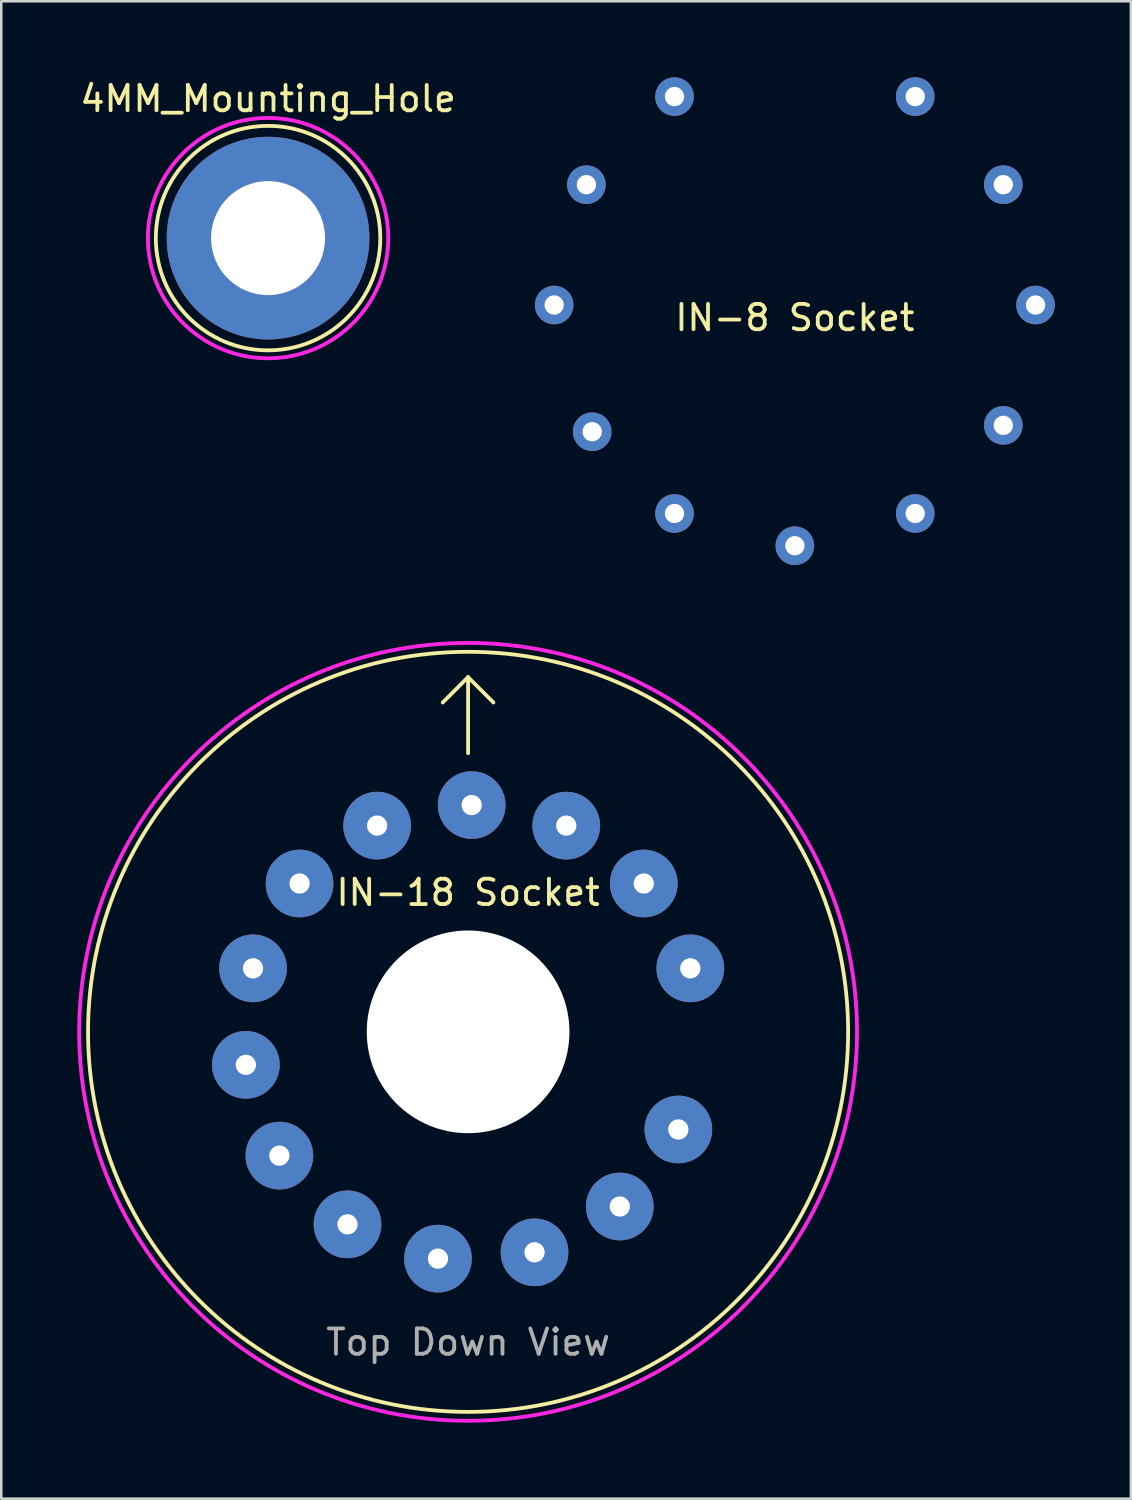
<source format=kicad_pcb>
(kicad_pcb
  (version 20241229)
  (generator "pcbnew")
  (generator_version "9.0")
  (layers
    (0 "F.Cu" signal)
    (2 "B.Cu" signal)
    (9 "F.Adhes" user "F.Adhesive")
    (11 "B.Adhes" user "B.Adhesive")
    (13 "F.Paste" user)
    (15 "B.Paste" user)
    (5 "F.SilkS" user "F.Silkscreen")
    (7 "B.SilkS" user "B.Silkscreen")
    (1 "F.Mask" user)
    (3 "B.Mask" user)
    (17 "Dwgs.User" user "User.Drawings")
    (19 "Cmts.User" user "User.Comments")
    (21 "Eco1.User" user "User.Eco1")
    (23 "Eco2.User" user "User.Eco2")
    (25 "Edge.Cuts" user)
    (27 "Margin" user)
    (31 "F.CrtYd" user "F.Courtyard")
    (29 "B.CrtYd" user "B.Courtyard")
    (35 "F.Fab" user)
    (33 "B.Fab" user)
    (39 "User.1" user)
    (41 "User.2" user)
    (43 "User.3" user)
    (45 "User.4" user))
  (footprint "IN-18 Socket"
    (layer "F.Cu")
    (at 15.425 37.676)
    (property "Reference" "IN-18 Socket" (at 0 -5.5 0) (layer "F.SilkS") (effects (font (size 1 1) (thickness 0.15))))
    (attr through_hole)
    (fp_line (start 0 -14) (end -1 -13) (stroke (width 0.15) (type solid)) (layer "F.SilkS"))
    (fp_line (start 0 -14) (end 1 -13) (stroke (width 0.15) (type solid)) (layer "F.SilkS"))
    (fp_line (start 0 -11) (end 0 -14) (stroke (width 0.15) (type solid)) (layer "F.SilkS"))
    (fp_circle (center 0 0) (end 15 0) (stroke (width 0.15) (type solid)) (fill no) (layer "F.SilkS"))
    (fp_circle (center 0 0) (end 14.75 4.25) (stroke (width 0.15) (type solid)) (fill no) (layer "F.CrtYd"))
    (fp_text user "Top Down View" (at 0 12.25 0) (layer "F.Fab") (effects (font (size 1 1) (thickness 0.15))))
    (pad "" np_thru_hole circle (at 0 0) (size 8 8) (drill 8) (layers "*.Cu" "*.Mask"))
    (pad "1" thru_hole circle (at 8.771 -2.507) (size 2.672 2.672) (drill 0.8) (layers "*.Cu" "*.Mask"))
    (pad "2" thru_hole circle (at 6.934 -5.855) (size 2.672 2.672) (drill 0.8) (layers "*.Cu" "*.Mask"))
    (pad "3" thru_hole circle (at 3.874 -8.14) (size 2.672 2.672) (drill 0.8) (layers "*.Cu" "*.Mask"))
    (pad "4" thru_hole circle (at 0.142 -8.951) (size 2.672 2.672) (drill 0.8) (layers "*.Cu" "*.Mask"))
    (pad "5" thru_hole circle (at -3.591 -8.14) (size 2.672 2.672) (drill 0.8) (layers "*.Cu" "*.Mask"))
    (pad "6" thru_hole circle (at -6.651 -5.855) (size 2.672 2.672) (drill 0.8) (layers "*.Cu" "*.Mask"))
    (pad "7" thru_hole circle (at -8.488 -2.507) (size 2.672 2.672) (drill 0.8) (layers "*.Cu" "*.Mask"))
    (pad "8" thru_hole circle (at -8.771 1.302) (size 2.672 2.672) (drill 0.8) (layers "*.Cu" "*.Mask"))
    (pad "9" thru_hole circle (at -7.449 4.885) (size 2.672 2.672) (drill 0.8) (layers "*.Cu" "*.Mask"))
    (pad "10" thru_hole circle (at -4.76 7.597) (size 2.672 2.672) (drill 0.8) (layers "*.Cu" "*.Mask"))
    (pad "11" thru_hole circle (at -1.189 8.951) (size 2.672 2.672) (drill 0.8) (layers "*.Cu" "*.Mask"))
    (pad "12" thru_hole circle (at 2.622 8.701) (size 2.672 2.672) (drill 0.8) (layers "*.Cu" "*.Mask"))
    (pad "13" thru_hole circle (at 5.987 6.893) (size 2.672 2.672) (drill 0.8) (layers "*.Cu" "*.Mask"))
    (pad "14" thru_hole circle (at 8.298 3.853) (size 2.672 2.672) (drill 0.8) (layers "*.Cu" "*.Mask")))
  (footprint "IN-8 Socket"
    (layer "F.Cu")
    (at 28.322 8.989)
    (property "Reference" "IN-8 Socket" (at 0 0.5 0) (layer "F.SilkS") (effects (font (size 1 1) (thickness 0.15))))
    (attr through_hole)
    (pad "1" thru_hole circle (at 9.5 0) (size 1.524 1.524) (drill 0.762) (layers "*.Cu" "*.Mask"))
    (pad "2" thru_hole circle (at -9.5 0) (size 1.524 1.524) (drill 0.762) (layers "*.Cu" "*.Mask"))
    (pad "3" thru_hole circle (at 0 9.5) (size 1.524 1.524) (drill 0.762) (layers "*.Cu" "*.Mask"))
    (pad "4" thru_hole circle (at -4.75 8.227) (size 1.524 1.524) (drill 0.762) (layers "*.Cu" "*.Mask"))
    (pad "5" thru_hole circle (at -4.75 -8.227) (size 1.524 1.524) (drill 0.762) (layers "*.Cu" "*.Mask"))
    (pad "6" thru_hole circle (at 4.75 -8.227) (size 1.524 1.524) (drill 0.762) (layers "*.Cu" "*.Mask"))
    (pad "7" thru_hole circle (at 4.75 8.227) (size 1.524 1.524) (drill 0.762) (layers "*.Cu" "*.Mask"))
    (pad "8" thru_hole circle (at 8.227 4.75) (size 1.524 1.524) (drill 0.762) (layers "*.Cu" "*.Mask"))
    (pad "9" thru_hole circle (at -8.227 -4.75) (size 1.524 1.524) (drill 0.762) (layers "*.Cu" "*.Mask"))
    (pad "10" thru_hole circle (at 8.227 -4.75) (size 1.524 1.524) (drill 0.762) (layers "*.Cu" "*.Mask"))
    (pad "11" thru_hole circle (at -8 5) (size 1.524 1.524) (drill 0.762) (layers "*.Cu" "*.Mask")))
  (footprint "4MM_Mounting_Hole"
    (layer "F.Cu")
    (at 7.53 6.348)
    (property "Reference" "4MM_Mounting_Hole" (at 0 -5.5 0) (layer "F.SilkS") (effects (font (size 1 1) (thickness 0.15))))
    (attr through_hole)
    (fp_circle (center 0 0) (end 4.25 1.25) (stroke (width 0.15) (type solid)) (fill no) (layer "F.SilkS"))
    (fp_circle (center 0 0) (end 4.5 1.5) (stroke (width 0.15) (type solid)) (fill no) (layer "F.CrtYd"))
    (pad "1" thru_hole circle (at 0 0) (size 8 8) (drill 4.5) (layers "*.Cu" "*.Mask")))
  (gr_rect
    (start -3 -3)
    (end 41.584 56.101)
    (stroke (width 0.1) (type default))
    (fill no)
    (layer "Edge.Cuts")))
</source>
